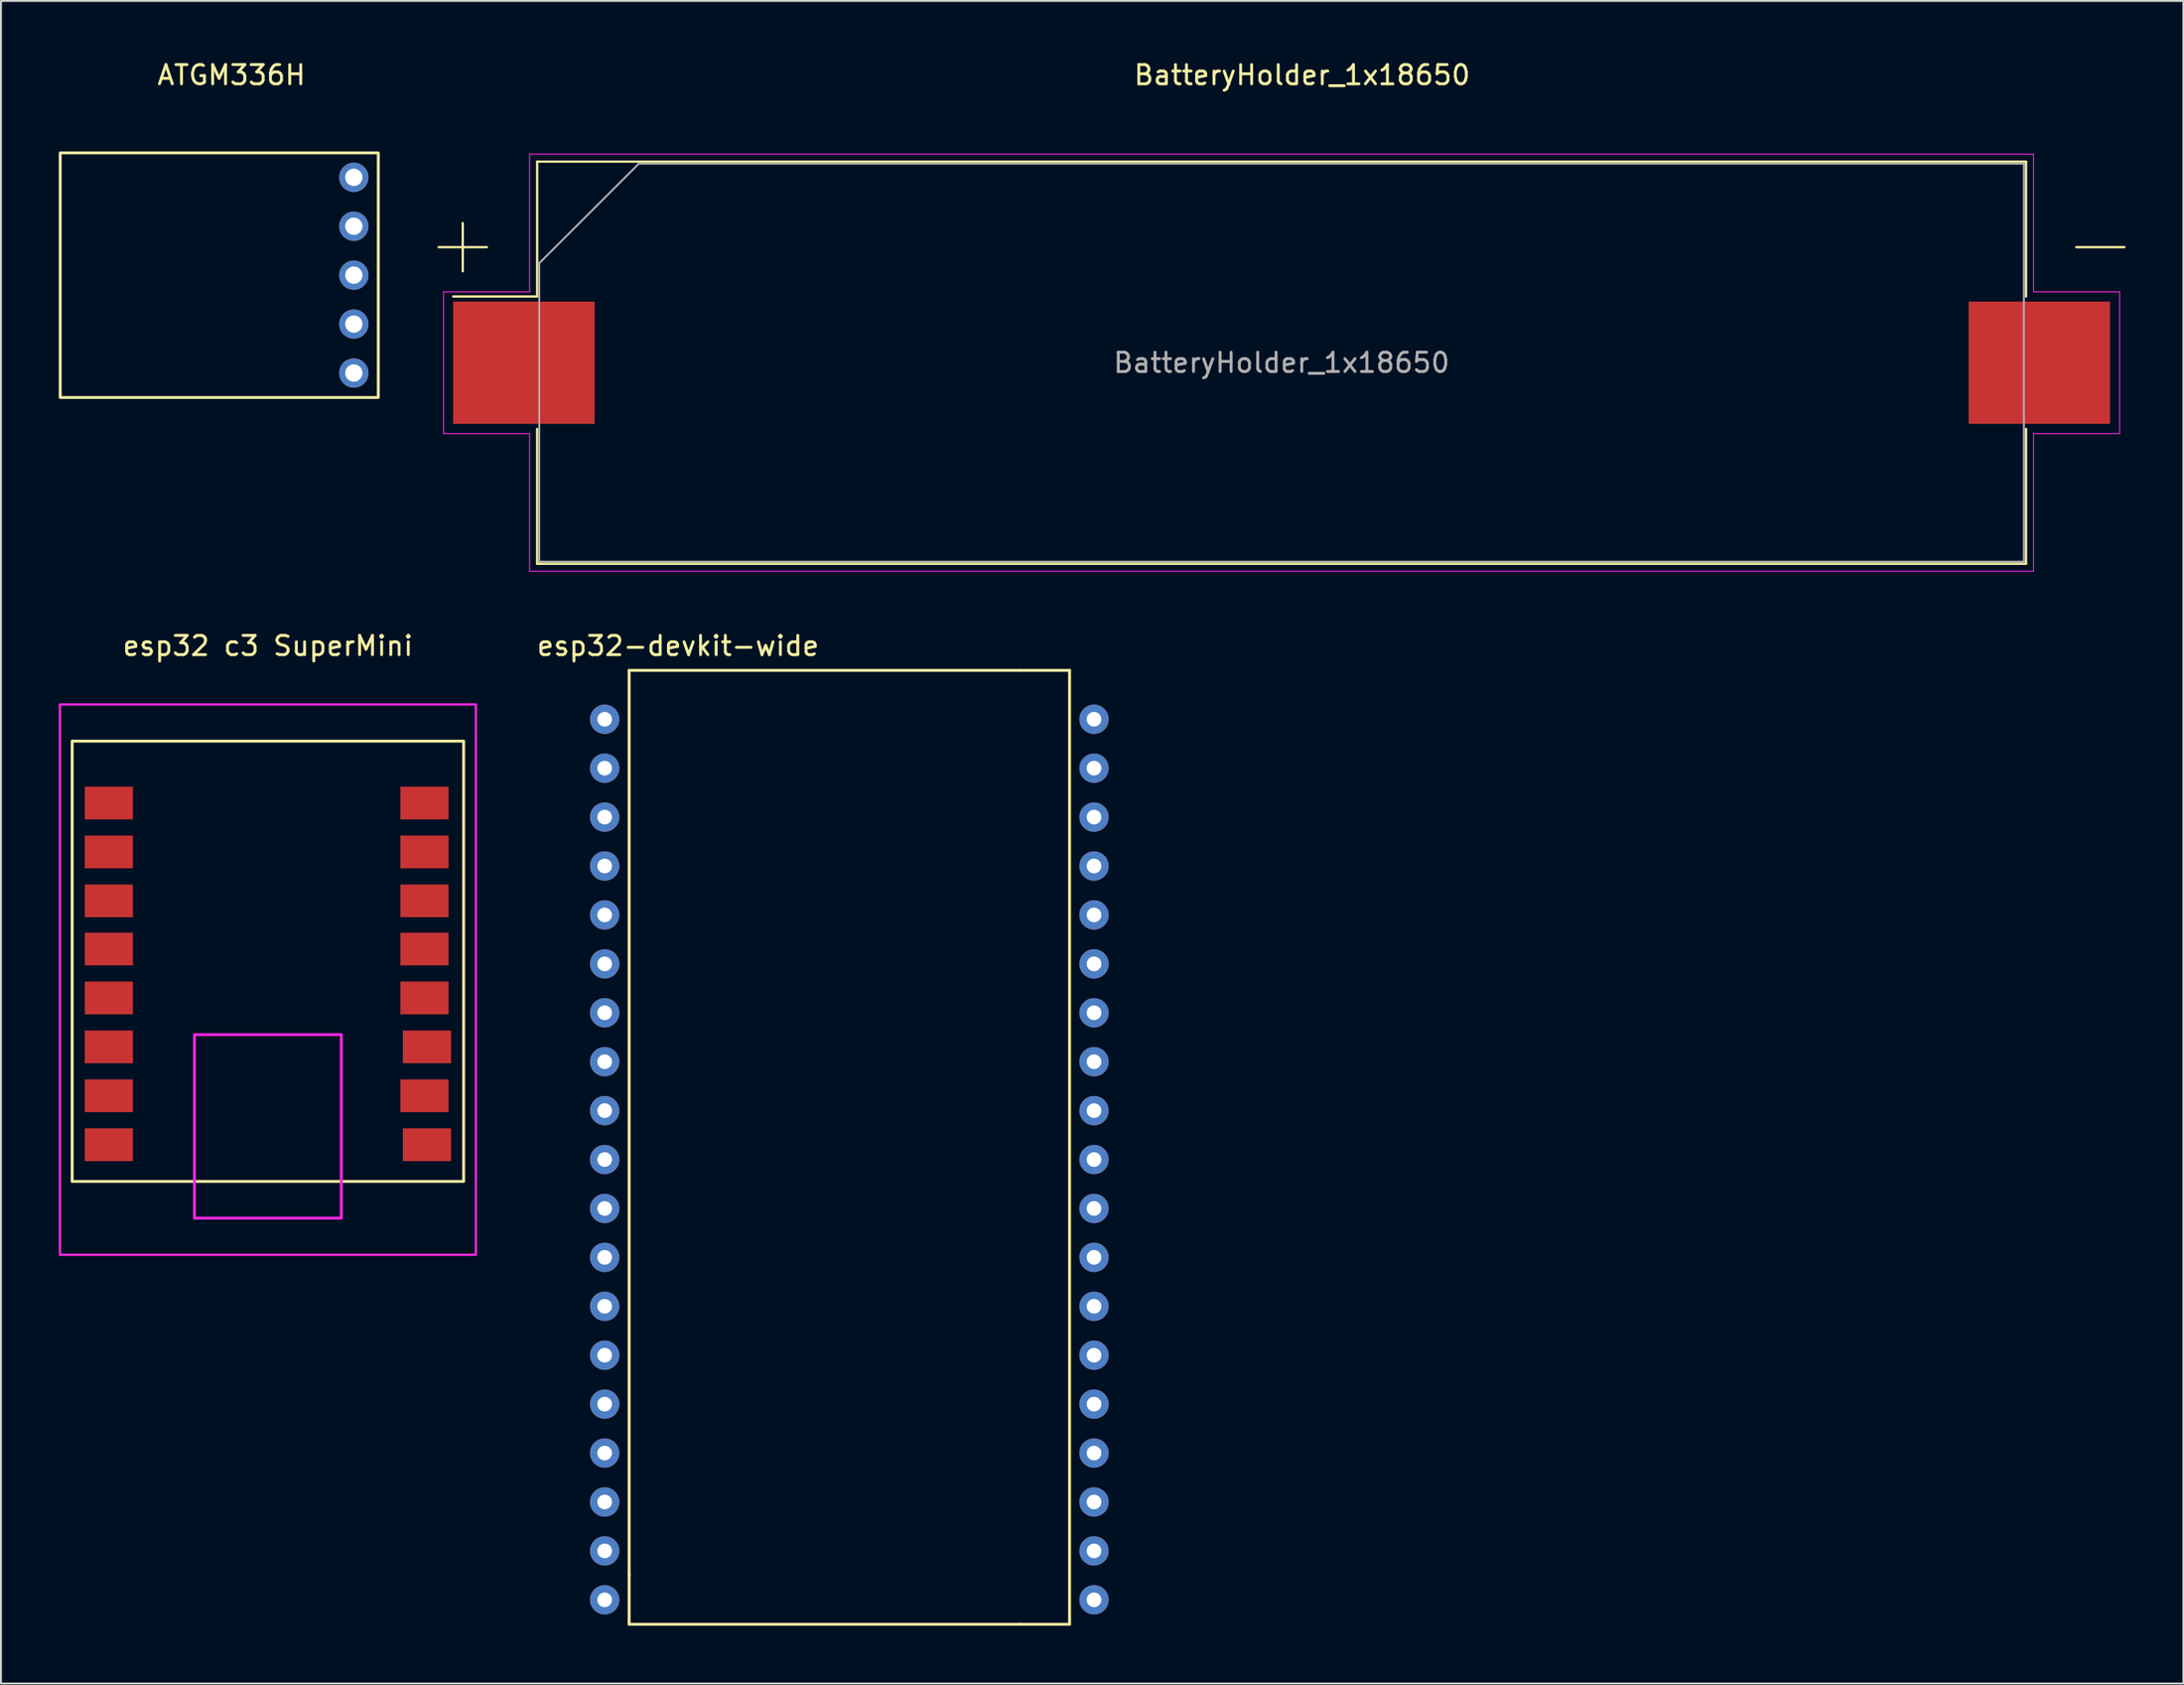
<source format=kicad_pcb>
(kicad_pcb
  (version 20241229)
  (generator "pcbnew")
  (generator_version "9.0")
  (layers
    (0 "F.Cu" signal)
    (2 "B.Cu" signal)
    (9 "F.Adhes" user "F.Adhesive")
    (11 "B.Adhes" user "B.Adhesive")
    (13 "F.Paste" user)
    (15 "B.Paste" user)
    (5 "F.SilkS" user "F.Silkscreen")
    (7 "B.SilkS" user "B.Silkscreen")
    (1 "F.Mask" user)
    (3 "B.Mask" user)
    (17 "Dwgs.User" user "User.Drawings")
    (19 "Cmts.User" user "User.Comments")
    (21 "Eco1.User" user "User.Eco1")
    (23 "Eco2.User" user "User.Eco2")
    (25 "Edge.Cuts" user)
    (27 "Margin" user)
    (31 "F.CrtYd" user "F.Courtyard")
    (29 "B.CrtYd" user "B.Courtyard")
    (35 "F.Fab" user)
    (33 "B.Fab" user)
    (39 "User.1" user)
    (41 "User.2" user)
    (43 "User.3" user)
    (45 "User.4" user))
  (footprint "ATGM336H"
    (layer "F.Cu")
    (at 10.235 1.078)
    (property "Reference" "ATGM336H" (at -1.27 -0.23 0) (unlocked yes) (layer "F.SilkS") (effects (font (size 1 1) (thickness 0.15))))
    (attr through_hole)
    (fp_rect (start -10.16 3.81) (end 6.35 16.51) (stroke (width 0.15) (type solid)) (fill no) (layer "F.SilkS"))
    (pad "1" thru_hole circle (at 5.08 5.08) (size 1.524 1.524) (drill 0.9) (layers "*.Cu" "*.Mask"))
    (pad "2" thru_hole circle (at 5.08 7.62) (size 1.524 1.524) (drill 0.9) (layers "*.Cu" "*.Mask"))
    (pad "3" thru_hole circle (at 5.08 10.16) (size 1.524 1.524) (drill 0.9) (layers "*.Cu" "*.Mask"))
    (pad "4" thru_hole circle (at 5.08 12.7) (size 1.524 1.524) (drill 0.9) (layers "*.Cu" "*.Mask"))
    (pad "5" thru_hole circle (at 5.08 15.24) (size 1.524 1.524) (drill 0.9) (layers "*.Cu" "*.Mask")))
  (footprint "esp32-devkit-wide"
    (layer "F.Cu")
    (at 43.575 31.756)
    (property "Reference" "esp32-devkit-wide" (at -11.43 -1.27 0) (layer "F.SilkS") (effects (font (size 1 1) (thickness 0.15))))
    (attr through_hole)
    (fp_line (start -13.97 0) (end -13.97 46.99) (stroke (width 0.15) (type solid)) (layer "F.SilkS"))
    (fp_line (start -13.97 46.99) (end -13.97 49.53) (stroke (width 0.15) (type solid)) (layer "F.SilkS"))
    (fp_line (start -13.97 49.53) (end 6.35 49.53) (stroke (width 0.15) (type solid)) (layer "F.SilkS"))
    (fp_line (start 6.35 0) (end -13.97 0) (stroke (width 0.15) (type solid)) (layer "F.SilkS"))
    (fp_line (start 6.35 0) (end 8.89 0) (stroke (width 0.15) (type solid)) (layer "F.SilkS"))
    (fp_line (start 6.35 49.53) (end 8.89 49.53) (stroke (width 0.15) (type solid)) (layer "F.SilkS"))
    (fp_line (start 8.89 0) (end 8.89 49.53) (stroke (width 0.15) (type solid)) (layer "F.SilkS"))
    (pad "1" thru_hole circle (at -15.24 2.54) (size 1.524 1.524) (drill 0.762) (layers "*.Cu" "*.Mask"))
    (pad "2" thru_hole circle (at -15.24 5.08) (size 1.524 1.524) (drill 0.762) (layers "*.Cu" "*.Mask"))
    (pad "3" thru_hole circle (at -15.24 7.62) (size 1.524 1.524) (drill 0.762) (layers "*.Cu" "*.Mask"))
    (pad "4" thru_hole circle (at -15.24 10.16) (size 1.524 1.524) (drill 0.762) (layers "*.Cu" "*.Mask"))
    (pad "5" thru_hole circle (at -15.24 12.7) (size 1.524 1.524) (drill 0.762) (layers "*.Cu" "*.Mask"))
    (pad "6" thru_hole circle (at -15.24 15.24) (size 1.524 1.524) (drill 0.762) (layers "*.Cu" "*.Mask"))
    (pad "7" thru_hole circle (at -15.24 17.78) (size 1.524 1.524) (drill 0.762) (layers "*.Cu" "*.Mask"))
    (pad "8" thru_hole circle (at -15.24 20.32) (size 1.524 1.524) (drill 0.762) (layers "*.Cu" "*.Mask"))
    (pad "9" thru_hole circle (at -15.24 22.86) (size 1.524 1.524) (drill 0.762) (layers "*.Cu" "*.Mask"))
    (pad "10" thru_hole circle (at -15.24 25.4) (size 1.524 1.524) (drill 0.762) (layers "*.Cu" "*.Mask"))
    (pad "11" thru_hole circle (at -15.24 27.94) (size 1.524 1.524) (drill 0.762) (layers "*.Cu" "*.Mask"))
    (pad "12" thru_hole circle (at -15.24 30.48) (size 1.524 1.524) (drill 0.762) (layers "*.Cu" "*.Mask"))
    (pad "13" thru_hole circle (at -15.24 33.02) (size 1.524 1.524) (drill 0.762) (layers "*.Cu" "*.Mask"))
    (pad "14" thru_hole circle (at -15.24 35.56) (size 1.524 1.524) (drill 0.762) (layers "*.Cu" "*.Mask"))
    (pad "15" thru_hole circle (at -15.24 38.1) (size 1.524 1.524) (drill 0.762) (layers "*.Cu" "*.Mask"))
    (pad "16" thru_hole circle (at -15.24 40.64) (size 1.524 1.524) (drill 0.762) (layers "*.Cu" "*.Mask"))
    (pad "17" thru_hole circle (at -15.24 43.18) (size 1.524 1.524) (drill 0.762) (layers "*.Cu" "*.Mask"))
    (pad "18" thru_hole circle (at -15.24 45.72) (size 1.524 1.524) (drill 0.762) (layers "*.Cu" "*.Mask"))
    (pad "19" thru_hole circle (at -15.24 48.26) (size 1.524 1.524) (drill 0.762) (layers "*.Cu" "*.Mask"))
    (pad "20" thru_hole circle (at 10.16 48.26) (size 1.524 1.524) (drill 0.762) (layers "*.Cu" "*.Mask"))
    (pad "21" thru_hole circle (at 10.16 45.72) (size 1.524 1.524) (drill 0.762) (layers "*.Cu" "*.Mask"))
    (pad "22" thru_hole circle (at 10.16 43.18) (size 1.524 1.524) (drill 0.762) (layers "*.Cu" "*.Mask"))
    (pad "23" thru_hole circle (at 10.16 40.64) (size 1.524 1.524) (drill 0.762) (layers "*.Cu" "*.Mask"))
    (pad "24" thru_hole circle (at 10.16 38.1) (size 1.524 1.524) (drill 0.762) (layers "*.Cu" "*.Mask"))
    (pad "25" thru_hole circle (at 10.16 35.56) (size 1.524 1.524) (drill 0.762) (layers "*.Cu" "*.Mask"))
    (pad "26" thru_hole circle (at 10.16 33.02) (size 1.524 1.524) (drill 0.762) (layers "*.Cu" "*.Mask"))
    (pad "27" thru_hole circle (at 10.16 30.48) (size 1.524 1.524) (drill 0.762) (layers "*.Cu" "*.Mask"))
    (pad "28" thru_hole circle (at 10.16 27.94) (size 1.524 1.524) (drill 0.762) (layers "*.Cu" "*.Mask"))
    (pad "29" thru_hole circle (at 10.16 25.4) (size 1.524 1.524) (drill 0.762) (layers "*.Cu" "*.Mask"))
    (pad "30" thru_hole circle (at 10.16 22.86) (size 1.524 1.524) (drill 0.762) (layers "*.Cu" "*.Mask"))
    (pad "31" thru_hole circle (at 10.16 20.32) (size 1.524 1.524) (drill 0.762) (layers "*.Cu" "*.Mask"))
    (pad "32" thru_hole circle (at 10.16 17.78) (size 1.524 1.524) (drill 0.762) (layers "*.Cu" "*.Mask"))
    (pad "33" thru_hole circle (at 10.16 15.24) (size 1.524 1.524) (drill 0.762) (layers "*.Cu" "*.Mask"))
    (pad "34" thru_hole circle (at 10.16 12.7) (size 1.524 1.524) (drill 0.762) (layers "*.Cu" "*.Mask"))
    (pad "35" thru_hole circle (at 10.16 10.16) (size 1.524 1.524) (drill 0.762) (layers "*.Cu" "*.Mask"))
    (pad "36" thru_hole circle (at 10.16 7.62) (size 1.524 1.524) (drill 0.762) (layers "*.Cu" "*.Mask"))
    (pad "37" thru_hole circle (at 10.16 5.08) (size 1.524 1.524) (drill 0.762) (layers "*.Cu" "*.Mask"))
    (pad "38" thru_hole circle (at 10.16 2.54) (size 1.524 1.524) (drill 0.762) (layers "*.Cu" "*.Mask")))
  (footprint "BatteryHolder_1x18650"
    (layer "F.Cu")
    (at 64.535 1.348)
    (property "Reference" "BatteryHolder_1x18650" (at 0 -0.5 0) (unlocked yes) (layer "F.SilkS") (effects (font (size 1 1) (thickness 0.15))))
    (attr smd)
    (fp_line (start -44.815 8.435) (end -42.315 8.435) (stroke (width 0.12) (type solid)) (layer "F.SilkS"))
    (fp_line (start -43.565 9.685) (end -43.565 7.185) (stroke (width 0.12) (type solid)) (layer "F.SilkS"))
    (fp_line (start -39.705 3.995) (end -39.705 10.995) (stroke (width 0.12) (type solid)) (layer "F.SilkS"))
    (fp_line (start -39.705 10.995) (end -44.065 10.995) (stroke (width 0.12) (type solid)) (layer "F.SilkS"))
    (fp_line (start -39.705 24.875) (end -39.705 17.875) (stroke (width 0.12) (type solid)) (layer "F.SilkS"))
    (fp_line (start 37.575 3.995) (end -39.705 3.995) (stroke (width 0.12) (type solid)) (layer "F.SilkS"))
    (fp_line (start 37.575 10.995) (end 37.575 4.015) (stroke (width 0.12) (type solid)) (layer "F.SilkS"))
    (fp_line (start 37.575 17.875) (end 37.575 24.875) (stroke (width 0.12) (type solid)) (layer "F.SilkS"))
    (fp_line (start 37.575 24.875) (end -39.705 24.875) (stroke (width 0.12) (type solid)) (layer "F.SilkS"))
    (fp_line (start 42.685 8.435) (end 40.185 8.435) (stroke (width 0.12) (type solid)) (layer "F.SilkS"))
    (fp_line (start -44.565 10.755) (end -40.095 10.755) (stroke (width 0.05) (type solid)) (layer "F.CrtYd"))
    (fp_line (start -44.565 18.115) (end -44.565 10.755) (stroke (width 0.05) (type solid)) (layer "F.CrtYd"))
    (fp_line (start -40.095 3.605) (end -40.095 10.755) (stroke (width 0.05) (type solid)) (layer "F.CrtYd"))
    (fp_line (start -40.095 3.605) (end 37.965 3.605) (stroke (width 0.05) (type solid)) (layer "F.CrtYd"))
    (fp_line (start -40.095 18.115) (end -44.565 18.115) (stroke (width 0.05) (type solid)) (layer "F.CrtYd"))
    (fp_line (start -40.095 25.265) (end -40.095 18.115) (stroke (width 0.05) (type solid)) (layer "F.CrtYd"))
    (fp_line (start -40.095 25.265) (end 37.965 25.265) (stroke (width 0.05) (type solid)) (layer "F.CrtYd"))
    (fp_line (start 37.965 3.605) (end 37.965 10.755) (stroke (width 0.05) (type solid)) (layer "F.CrtYd"))
    (fp_line (start 37.965 18.115) (end 42.435 18.115) (stroke (width 0.05) (type solid)) (layer "F.CrtYd"))
    (fp_line (start 37.965 25.265) (end 37.965 18.115) (stroke (width 0.05) (type solid)) (layer "F.CrtYd"))
    (fp_line (start 42.435 10.755) (end 37.965 10.755) (stroke (width 0.05) (type solid)) (layer "F.CrtYd"))
    (fp_line (start 42.435 18.115) (end 42.435 10.755) (stroke (width 0.05) (type solid)) (layer "F.CrtYd"))
    (fp_line (start -39.595 9.268) (end -39.595 24.765) (stroke (width 0.1) (type solid)) (layer "F.Fab"))
    (fp_line (start -39.595 24.765) (end 37.465 24.765) (stroke (width 0.1) (type solid)) (layer "F.Fab"))
    (fp_line (start -34.432 4.105) (end -39.595 9.268) (stroke (width 0.1) (type solid)) (layer "F.Fab"))
    (fp_line (start -34.432 4.105) (end 37.465 4.105) (stroke (width 0.1) (type solid)) (layer "F.Fab"))
    (fp_line (start 37.465 4.105) (end 37.465 24.765) (stroke (width 0.1) (type solid)) (layer "F.Fab"))
    (fp_text user "${REFERENCE}" (at -1.065 14.435 0) (layer "F.Fab") (effects (font (size 1 1) (thickness 0.15))))
    (pad "1" smd rect (at -40.395 14.435) (size 7.34 6.35) (layers "F.Cu" "F.Mask" "F.Paste"))
    (pad "2" smd rect (at 38.265 14.435) (size 7.34 6.35) (layers "F.Cu" "F.Mask" "F.Paste")))
  (footprint "esp32 c3 SuperMini"
    (layer "F.Cu")
    (at 10.855 30.986)
    (property "Reference" "esp32 c3 SuperMini" (at 0 -0.5 0) (unlocked yes) (layer "F.SilkS") (effects (font (size 1 1) (thickness 0.15))))
    (attr smd)
    (fp_rect (start -10.16 4.445) (end 10.16 27.305) (stroke (width 0.15) (type solid)) (fill no) (layer "F.SilkS"))
    (fp_rect (start -10.795 2.54) (end 10.795 31.115) (stroke (width 0.12) (type solid)) (fill no) (layer "F.CrtYd"))
    (fp_rect (start -3.81 19.685) (end 3.81 29.21) (stroke (width 0.15) (type solid)) (fill no) (layer "F.CrtYd"))
    (pad "1" smd rect (at -8.255 7.66 90) (size 1.7 2.5) (layers "F.Cu" "F.Mask" "F.Paste"))
    (pad "2" smd rect (at -8.255 10.2 90) (size 1.7 2.5) (layers "F.Cu" "F.Mask" "F.Paste"))
    (pad "3" smd rect (at -8.255 12.74 90) (size 1.7 2.5) (layers "F.Cu" "F.Mask" "F.Paste"))
    (pad "4" smd rect (at -8.255 15.24 90) (size 1.7 2.5) (layers "F.Cu" "F.Mask" "F.Paste"))
    (pad "5" smd rect (at -8.255 17.78 90) (size 1.7 2.5) (layers "F.Cu" "F.Mask" "F.Paste"))
    (pad "6" smd rect (at -8.255 20.32 90) (size 1.7 2.5) (layers "F.Cu" "F.Mask" "F.Paste"))
    (pad "7" smd rect (at -8.255 22.86 90) (size 1.7 2.5) (layers "F.Cu" "F.Mask" "F.Paste"))
    (pad "8" smd rect (at -8.255 25.4 90) (size 1.7 2.5) (layers "F.Cu" "F.Mask" "F.Paste"))
    (pad "9" smd rect (at 8.255 25.4 90) (size 1.7 2.5) (layers "F.Cu" "F.Mask" "F.Paste"))
    (pad "10" smd rect (at 8.125 22.86 90) (size 1.7 2.5) (layers "F.Cu" "F.Mask" "F.Paste"))
    (pad "11" smd rect (at 8.255 20.32 90) (size 1.7 2.5) (layers "F.Cu" "F.Mask" "F.Paste"))
    (pad "12" smd rect (at 8.125 17.78 90) (size 1.7 2.5) (layers "F.Cu" "F.Mask" "F.Paste"))
    (pad "13" smd rect (at 8.125 15.24 90) (size 1.7 2.5) (layers "F.Cu" "F.Mask" "F.Paste"))
    (pad "14" smd rect (at 8.125 12.74 90) (size 1.7 2.5) (layers "F.Cu" "F.Mask" "F.Paste"))
    (pad "15" smd rect (at 8.125 10.2 90) (size 1.7 2.5) (layers "F.Cu" "F.Mask" "F.Paste"))
    (pad "16" smd rect (at 8.125 7.66 90) (size 1.7 2.5) (layers "F.Cu" "F.Mask" "F.Paste")))
  (gr_rect
    (start -3 -3)
    (end 110.28 84.362)
    (stroke (width 0.1) (type default))
    (fill no)
    (layer "Edge.Cuts")))
</source>
